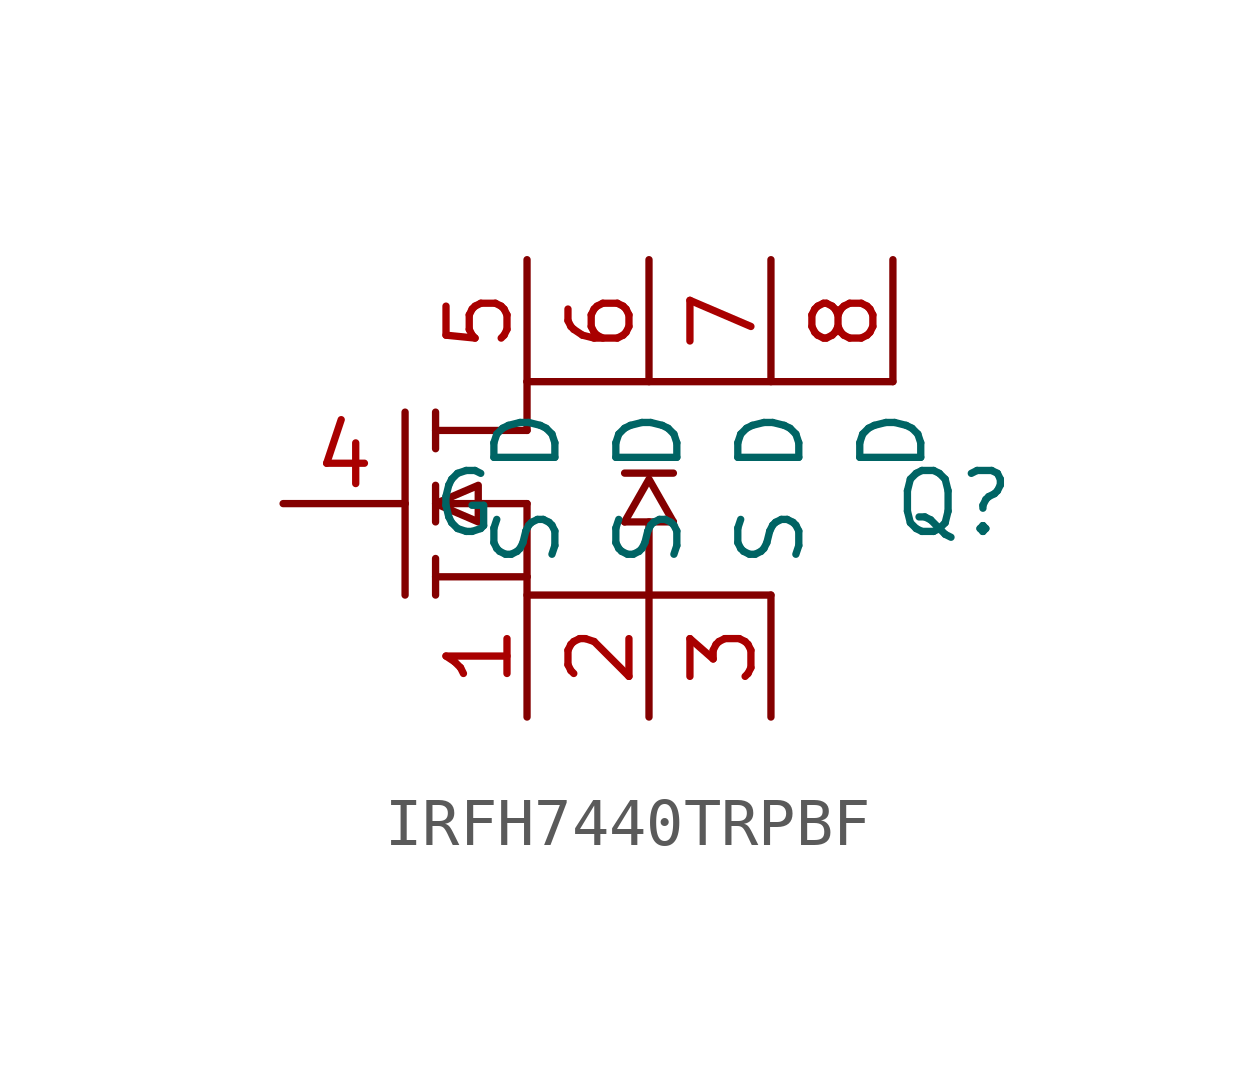
<source format=kicad_sym>
(kicad_symbol_lib
  (version 20220914)
  (generator kicad_symbol_editor)
  (symbol "IRFH7440TRPBF"
    (property "Reference" "Q"
      (at 10.16 0 0)
      (effects (font (size 1.27 1.27))))
    (property "Value" ""
      (at 0 0 0)
      (effects (font (size 1.27 1.27))))
    (symbol "IRFH7440TRPBF_0_1"
      (polyline (pts (xy -1.27 0) (xy -1.27 -1.905)) (stroke (width 0) (type default)) (fill (type none)))
      (polyline (pts (xy -1.27 0) (xy -1.27 1.905)) (stroke (width 0) (type default)) (fill (type none)))
      (polyline (pts (xy -0.635 -1.905) (xy -0.635 -1.143)) (stroke (width 0) (type default)) (fill (type none)))
      (polyline (pts (xy -0.635 -1.524) (xy 1.27 -1.524)) (stroke (width 0) (type default)) (fill (type none)))
      (polyline (pts (xy -0.635 -0.381) (xy -0.635 0.381)) (stroke (width 0) (type default)) (fill (type none)))
      (polyline (pts (xy -0.635 1.143) (xy -0.635 1.905)) (stroke (width 0) (type default)) (fill (type none)))
      (polyline (pts (xy -0.635 1.524) (xy 1.27 1.524)) (stroke (width 0) (type default)) (fill (type none)))
      (polyline (pts (xy 0.254 0) (xy 1.27 0)) (stroke (width 0) (type default)) (fill (type none)))
      (polyline (pts (xy 1.27 0) (xy 1.27 -1.524)) (stroke (width 0) (type default)) (fill (type none)))
      (polyline (pts (xy 1.27 1.524) (xy 1.27 2.54)) (stroke (width 0) (type default)) (fill (type none)))
      (polyline (pts (xy 1.27 2.54) (xy 8.89 2.54)) (stroke (width 0) (type default)) (fill (type none)))
      (polyline (pts (xy 3.302 -0.381) (xy 4.318 -0.381)) (stroke (width 0) (type default)) (fill (type none)))
      (polyline (pts (xy 3.302 0.635) (xy 4.318 0.635)) (stroke (width 0) (type default)) (fill (type none)))
      (polyline (pts (xy 3.81 -0.381) (xy 3.81 -1.905)) (stroke (width 0) (type default)) (fill (type none)))
      (polyline (pts (xy 1.27 -1.524) (xy 1.27 -1.905) (xy 6.35 -1.905)) (stroke (width 0) (type default)) (fill (type none)))
      (polyline (pts (xy 3.302 -0.381) (xy 3.81 0.508) (xy 4.318 -0.381)) (stroke (width 0) (type default)) (fill (type none)))
      (polyline (pts (xy -0.635 0) (xy 0.254 0.381) (xy 0.254 -0.381) (xy -0.635 0) (xy 0.254 0)) (stroke (width 0) (type default)) (fill (type none))))
    (symbol "IRFH7440TRPBF_1_1"
      (pin input line (at 1.27 -4.445 90) (length 2.54) (name "S" (effects (font (size 1.27 1.27)))) (number "1" (effects (font (size 1.27 1.27)))))
      (pin input line (at 3.81 -4.445 90) (length 2.54) (name "S" (effects (font (size 1.27 1.27)))) (number "2" (effects (font (size 1.27 1.27)))))
      (pin input line (at 6.35 -4.445 90) (length 2.54) (name "S" (effects (font (size 1.27 1.27)))) (number "3" (effects (font (size 1.27 1.27)))))
      (pin output line (at -3.81 0 0) (length 2.54) (name "G" (effects (font (size 1.27 1.27)))) (number "4" (effects (font (size 1.27 1.27)))))
      (pin output line (at 1.27 5.08 270) (length 2.54) (name "D" (effects (font (size 1.27 1.27)))) (number "5" (effects (font (size 1.27 1.27)))))
      (pin output line (at 3.81 5.08 270) (length 2.54) (name "D" (effects (font (size 1.27 1.27)))) (number "6" (effects (font (size 1.27 1.27)))))
      (pin output line (at 6.35 5.08 270) (length 2.54) (name "D" (effects (font (size 1.27 1.27)))) (number "7" (effects (font (size 1.27 1.27)))))
      (pin output line (at 8.89 5.08 270) (length 2.54) (name "D" (effects (font (size 1.27 1.27)))) (number "8" (effects (font (size 1.27 1.27))))))))
</source>
